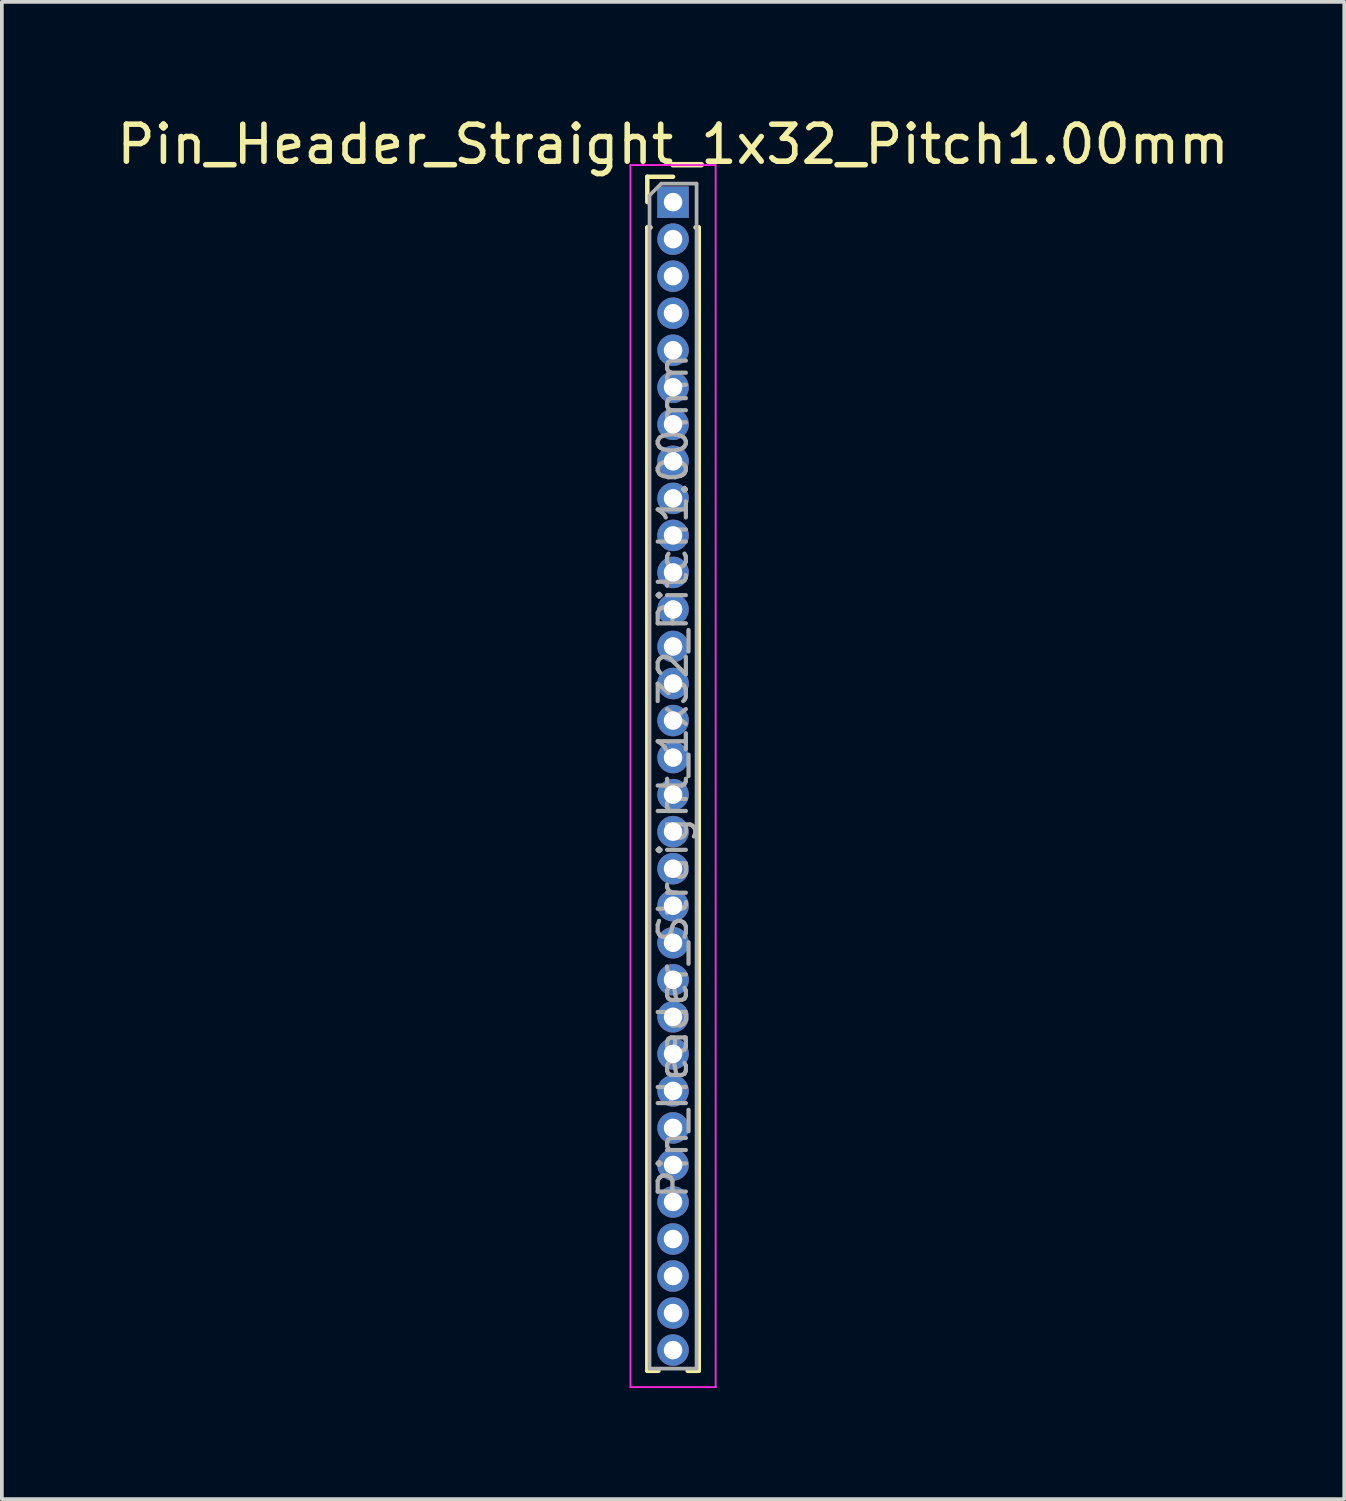
<source format=kicad_pcb>
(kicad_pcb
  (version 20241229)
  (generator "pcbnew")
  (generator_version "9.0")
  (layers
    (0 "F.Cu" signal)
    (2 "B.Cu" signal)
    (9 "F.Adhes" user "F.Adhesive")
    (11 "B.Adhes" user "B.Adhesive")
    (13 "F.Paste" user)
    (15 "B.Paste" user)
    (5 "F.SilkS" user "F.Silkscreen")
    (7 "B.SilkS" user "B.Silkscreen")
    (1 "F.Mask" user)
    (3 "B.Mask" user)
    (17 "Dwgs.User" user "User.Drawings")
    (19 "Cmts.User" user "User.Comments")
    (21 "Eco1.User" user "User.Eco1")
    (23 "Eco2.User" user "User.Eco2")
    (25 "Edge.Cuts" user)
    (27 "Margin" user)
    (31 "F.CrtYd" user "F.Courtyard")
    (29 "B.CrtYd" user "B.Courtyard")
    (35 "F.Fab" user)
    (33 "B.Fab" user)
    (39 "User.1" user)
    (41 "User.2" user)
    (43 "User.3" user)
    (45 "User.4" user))
  (footprint "Pin_Header_Straight_1x32_Pitch1.00mm"
    (layer "F.Cu")
    (at 15.125 2.408)
    (property "Reference" "Pin_Header_Straight_1x32_Pitch1.00mm" (at 0 -1.56 0) (layer "F.SilkS") (effects (font (size 1 1) (thickness 0.15))))
    (attr through_hole)
    (fp_line (start -0.695 -0.685) (end 0 -0.685) (stroke (width 0.12) (type solid)) (layer "F.SilkS"))
    (fp_line (start -0.695 0) (end -0.695 -0.685) (stroke (width 0.12) (type solid)) (layer "F.SilkS"))
    (fp_line (start -0.695 0.685) (end -0.695 31.56) (stroke (width 0.12) (type solid)) (layer "F.SilkS"))
    (fp_line (start -0.695 0.685) (end -0.608 0.685) (stroke (width 0.12) (type solid)) (layer "F.SilkS"))
    (fp_line (start -0.695 31.56) (end -0.394 31.56) (stroke (width 0.12) (type solid)) (layer "F.SilkS"))
    (fp_line (start 0.394 31.56) (end 0.695 31.56) (stroke (width 0.12) (type solid)) (layer "F.SilkS"))
    (fp_line (start 0.608 0.685) (end 0.695 0.685) (stroke (width 0.12) (type solid)) (layer "F.SilkS"))
    (fp_line (start 0.695 0.685) (end 0.695 31.56) (stroke (width 0.12) (type solid)) (layer "F.SilkS"))
    (fp_line (start -1.15 -1) (end -1.15 32) (stroke (width 0.05) (type solid)) (layer "F.CrtYd"))
    (fp_line (start -1.15 32) (end 1.15 32) (stroke (width 0.05) (type solid)) (layer "F.CrtYd"))
    (fp_line (start 1.15 -1) (end -1.15 -1) (stroke (width 0.05) (type solid)) (layer "F.CrtYd"))
    (fp_line (start 1.15 32) (end 1.15 -1) (stroke (width 0.05) (type solid)) (layer "F.CrtYd"))
    (fp_line (start -0.635 -0.182) (end -0.318 -0.5) (stroke (width 0.1) (type solid)) (layer "F.Fab"))
    (fp_line (start -0.635 31.5) (end -0.635 -0.182) (stroke (width 0.1) (type solid)) (layer "F.Fab"))
    (fp_line (start -0.318 -0.5) (end 0.635 -0.5) (stroke (width 0.1) (type solid)) (layer "F.Fab"))
    (fp_line (start 0.635 -0.5) (end 0.635 31.5) (stroke (width 0.1) (type solid)) (layer "F.Fab"))
    (fp_line (start 0.635 31.5) (end -0.635 31.5) (stroke (width 0.1) (type solid)) (layer "F.Fab"))
    (fp_text user "${REFERENCE}" (at 0 15.5 90) (layer "F.Fab") (effects (font (size 0.76 0.76) (thickness 0.114))))
    (pad "1" thru_hole rect (at 0 0) (size 0.85 0.85) (drill 0.5) (layers "*.Cu" "*.Mask"))
    (pad "2" thru_hole oval (at 0 1) (size 0.85 0.85) (drill 0.5) (layers "*.Cu" "*.Mask"))
    (pad "3" thru_hole oval (at 0 2) (size 0.85 0.85) (drill 0.5) (layers "*.Cu" "*.Mask"))
    (pad "4" thru_hole oval (at 0 3) (size 0.85 0.85) (drill 0.5) (layers "*.Cu" "*.Mask"))
    (pad "5" thru_hole oval (at 0 4) (size 0.85 0.85) (drill 0.5) (layers "*.Cu" "*.Mask"))
    (pad "6" thru_hole oval (at 0 5) (size 0.85 0.85) (drill 0.5) (layers "*.Cu" "*.Mask"))
    (pad "7" thru_hole oval (at 0 6) (size 0.85 0.85) (drill 0.5) (layers "*.Cu" "*.Mask"))
    (pad "8" thru_hole oval (at 0 7) (size 0.85 0.85) (drill 0.5) (layers "*.Cu" "*.Mask"))
    (pad "9" thru_hole oval (at 0 8) (size 0.85 0.85) (drill 0.5) (layers "*.Cu" "*.Mask"))
    (pad "10" thru_hole oval (at 0 9) (size 0.85 0.85) (drill 0.5) (layers "*.Cu" "*.Mask"))
    (pad "11" thru_hole oval (at 0 10) (size 0.85 0.85) (drill 0.5) (layers "*.Cu" "*.Mask"))
    (pad "12" thru_hole oval (at 0 11) (size 0.85 0.85) (drill 0.5) (layers "*.Cu" "*.Mask"))
    (pad "13" thru_hole oval (at 0 12) (size 0.85 0.85) (drill 0.5) (layers "*.Cu" "*.Mask"))
    (pad "14" thru_hole oval (at 0 13) (size 0.85 0.85) (drill 0.5) (layers "*.Cu" "*.Mask"))
    (pad "15" thru_hole oval (at 0 14) (size 0.85 0.85) (drill 0.5) (layers "*.Cu" "*.Mask"))
    (pad "16" thru_hole oval (at 0 15) (size 0.85 0.85) (drill 0.5) (layers "*.Cu" "*.Mask"))
    (pad "17" thru_hole oval (at 0 16) (size 0.85 0.85) (drill 0.5) (layers "*.Cu" "*.Mask"))
    (pad "18" thru_hole oval (at 0 17) (size 0.85 0.85) (drill 0.5) (layers "*.Cu" "*.Mask"))
    (pad "19" thru_hole oval (at 0 18) (size 0.85 0.85) (drill 0.5) (layers "*.Cu" "*.Mask"))
    (pad "20" thru_hole oval (at 0 19) (size 0.85 0.85) (drill 0.5) (layers "*.Cu" "*.Mask"))
    (pad "21" thru_hole oval (at 0 20) (size 0.85 0.85) (drill 0.5) (layers "*.Cu" "*.Mask"))
    (pad "22" thru_hole oval (at 0 21) (size 0.85 0.85) (drill 0.5) (layers "*.Cu" "*.Mask"))
    (pad "23" thru_hole oval (at 0 22) (size 0.85 0.85) (drill 0.5) (layers "*.Cu" "*.Mask"))
    (pad "24" thru_hole oval (at 0 23) (size 0.85 0.85) (drill 0.5) (layers "*.Cu" "*.Mask"))
    (pad "25" thru_hole oval (at 0 24) (size 0.85 0.85) (drill 0.5) (layers "*.Cu" "*.Mask"))
    (pad "26" thru_hole oval (at 0 25) (size 0.85 0.85) (drill 0.5) (layers "*.Cu" "*.Mask"))
    (pad "27" thru_hole oval (at 0 26) (size 0.85 0.85) (drill 0.5) (layers "*.Cu" "*.Mask"))
    (pad "28" thru_hole oval (at 0 27) (size 0.85 0.85) (drill 0.5) (layers "*.Cu" "*.Mask"))
    (pad "29" thru_hole oval (at 0 28) (size 0.85 0.85) (drill 0.5) (layers "*.Cu" "*.Mask"))
    (pad "30" thru_hole oval (at 0 29) (size 0.85 0.85) (drill 0.5) (layers "*.Cu" "*.Mask"))
    (pad "31" thru_hole oval (at 0 30) (size 0.85 0.85) (drill 0.5) (layers "*.Cu" "*.Mask"))
    (pad "32" thru_hole oval (at 0 31) (size 0.85 0.85) (drill 0.5) (layers "*.Cu" "*.Mask")))
  (gr_rect
    (start -3 -3)
    (end 33.25 37.433)
    (stroke (width 0.1) (type default))
    (fill no)
    (layer "Edge.Cuts")))
</source>
